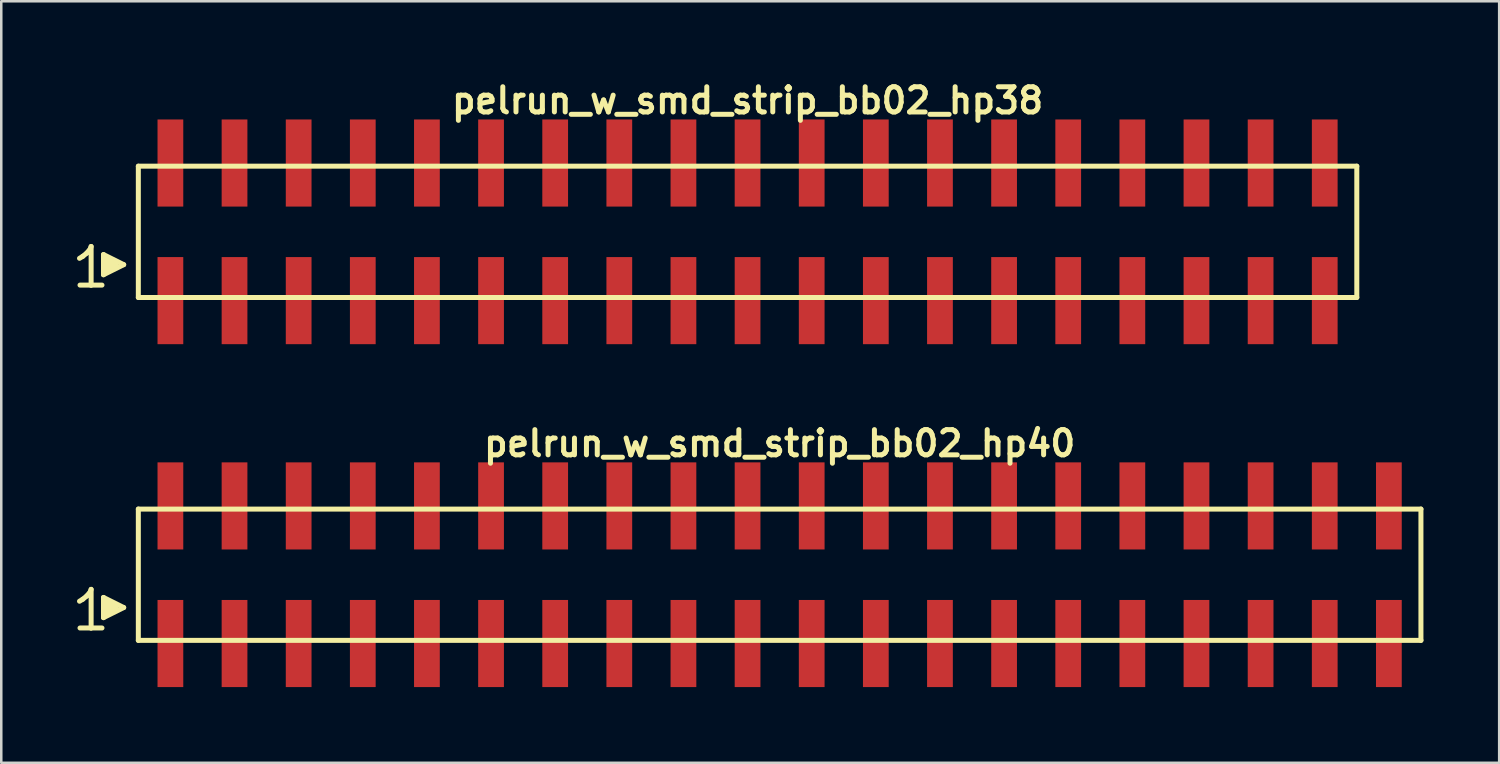
<source format=kicad_pcb>
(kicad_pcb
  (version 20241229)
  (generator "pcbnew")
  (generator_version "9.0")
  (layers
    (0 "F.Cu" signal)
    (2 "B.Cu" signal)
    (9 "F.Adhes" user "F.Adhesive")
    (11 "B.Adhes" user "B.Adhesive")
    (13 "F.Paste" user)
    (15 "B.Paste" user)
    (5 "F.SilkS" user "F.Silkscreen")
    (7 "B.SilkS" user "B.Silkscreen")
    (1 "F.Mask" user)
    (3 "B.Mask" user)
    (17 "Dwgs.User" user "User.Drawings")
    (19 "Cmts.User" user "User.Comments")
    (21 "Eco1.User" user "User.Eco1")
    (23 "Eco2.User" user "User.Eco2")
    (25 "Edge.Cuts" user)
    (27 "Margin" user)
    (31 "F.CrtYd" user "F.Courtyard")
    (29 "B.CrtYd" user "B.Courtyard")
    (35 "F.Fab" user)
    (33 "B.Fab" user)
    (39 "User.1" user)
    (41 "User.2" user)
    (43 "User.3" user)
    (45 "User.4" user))
  (footprint "pelrun_w_smd_strip_bb02_hp38"
    (layer "F.Cu")
    (at 26.559 6.132)
    (property "Reference" "pelrun_w_smd_strip_bb02_hp38" (at 0 -5.2 0) (layer "F.SilkS") (effects (font (size 0.998 0.998) (thickness 0.198))))
    (attr through_hole)
    (fp_line (start -26.46 1.05) (end -26.33 0.97) (stroke (width 0.198) (type solid)) (layer "F.SilkS"))
    (fp_line (start -26.33 0.97) (end -26.17 0.84) (stroke (width 0.198) (type solid)) (layer "F.SilkS"))
    (fp_line (start -26.17 0.84) (end -26.03 0.67) (stroke (width 0.198) (type solid)) (layer "F.SilkS"))
    (fp_line (start -26.03 0.67) (end -26 0.58) (stroke (width 0.198) (type solid)) (layer "F.SilkS"))
    (fp_line (start -26 0.58) (end -26 2.11) (stroke (width 0.198) (type solid)) (layer "F.SilkS"))
    (fp_line (start -26 2.11) (end -26.44 2.11) (stroke (width 0.198) (type solid)) (layer "F.SilkS"))
    (fp_line (start -25.57 2.11) (end -26.01 2.11) (stroke (width 0.198) (type solid)) (layer "F.SilkS"))
    (fp_line (start -25.51 0.9) (end -24.71 1.3) (stroke (width 0.198) (type solid)) (layer "F.SilkS"))
    (fp_line (start -25.51 1.7) (end -25.51 0.9) (stroke (width 0.198) (type solid)) (layer "F.SilkS"))
    (fp_line (start -25.41 1.6) (end -25.41 1) (stroke (width 0.198) (type solid)) (layer "F.SilkS"))
    (fp_line (start -25.31 1.1) (end -25.31 1.5) (stroke (width 0.198) (type solid)) (layer "F.SilkS"))
    (fp_line (start -25.21 1.5) (end -25.21 1.1) (stroke (width 0.198) (type solid)) (layer "F.SilkS"))
    (fp_line (start -25.11 1.2) (end -25.11 1.4) (stroke (width 0.198) (type solid)) (layer "F.SilkS"))
    (fp_line (start -25.01 1.4) (end -25.01 1.2) (stroke (width 0.198) (type solid)) (layer "F.SilkS"))
    (fp_line (start -24.71 1.3) (end -25.51 1.7) (stroke (width 0.198) (type solid)) (layer "F.SilkS"))
    (fp_line (start -24.13 -2.6) (end -24.13 2.6) (stroke (width 0.198) (type solid)) (layer "F.SilkS"))
    (fp_line (start -24.13 -2.6) (end 24.13 -2.6) (stroke (width 0.198) (type solid)) (layer "F.SilkS"))
    (fp_line (start 24.13 2.6) (end -24.13 2.6) (stroke (width 0.198) (type solid)) (layer "F.SilkS"))
    (fp_line (start 24.13 2.6) (end 24.13 -2.6) (stroke (width 0.198) (type solid)) (layer "F.SilkS"))
    (pad "1" smd rect (at -22.86 2.725) (size 1.02 3.45) (layers "F.Cu" "F.Mask" "F.Paste"))
    (pad "2" smd rect (at -22.86 -2.725) (size 1.02 3.45) (layers "F.Cu" "F.Mask" "F.Paste"))
    (pad "3" smd rect (at -20.32 2.725) (size 1.02 3.45) (layers "F.Cu" "F.Mask" "F.Paste"))
    (pad "4" smd rect (at -20.32 -2.725) (size 1.02 3.45) (layers "F.Cu" "F.Mask" "F.Paste"))
    (pad "5" smd rect (at -17.78 2.725) (size 1.02 3.45) (layers "F.Cu" "F.Mask" "F.Paste"))
    (pad "6" smd rect (at -17.78 -2.725) (size 1.02 3.45) (layers "F.Cu" "F.Mask" "F.Paste"))
    (pad "7" smd rect (at -15.24 2.725) (size 1.02 3.45) (layers "F.Cu" "F.Mask" "F.Paste"))
    (pad "8" smd rect (at -15.24 -2.725) (size 1.02 3.45) (layers "F.Cu" "F.Mask" "F.Paste"))
    (pad "9" smd rect (at -12.7 2.725) (size 1.02 3.45) (layers "F.Cu" "F.Mask" "F.Paste"))
    (pad "10" smd rect (at -12.7 -2.725) (size 1.02 3.45) (layers "F.Cu" "F.Mask" "F.Paste"))
    (pad "11" smd rect (at -10.16 2.725) (size 1.02 3.45) (layers "F.Cu" "F.Mask" "F.Paste"))
    (pad "12" smd rect (at -10.16 -2.725) (size 1.02 3.45) (layers "F.Cu" "F.Mask" "F.Paste"))
    (pad "13" smd rect (at -7.62 2.725) (size 1.02 3.45) (layers "F.Cu" "F.Mask" "F.Paste"))
    (pad "14" smd rect (at -7.62 -2.725) (size 1.02 3.45) (layers "F.Cu" "F.Mask" "F.Paste"))
    (pad "15" smd rect (at -5.08 2.725) (size 1.02 3.45) (layers "F.Cu" "F.Mask" "F.Paste"))
    (pad "16" smd rect (at -5.08 -2.725) (size 1.02 3.45) (layers "F.Cu" "F.Mask" "F.Paste"))
    (pad "17" smd rect (at -2.54 2.725) (size 1.02 3.45) (layers "F.Cu" "F.Mask" "F.Paste"))
    (pad "18" smd rect (at -2.54 -2.725) (size 1.02 3.45) (layers "F.Cu" "F.Mask" "F.Paste"))
    (pad "19" smd rect (at 0 2.725) (size 1.02 3.45) (layers "F.Cu" "F.Mask" "F.Paste"))
    (pad "20" smd rect (at 0 -2.725) (size 1.02 3.45) (layers "F.Cu" "F.Mask" "F.Paste"))
    (pad "21" smd rect (at 2.54 2.725) (size 1.02 3.45) (layers "F.Cu" "F.Mask" "F.Paste"))
    (pad "22" smd rect (at 2.54 -2.725) (size 1.02 3.45) (layers "F.Cu" "F.Mask" "F.Paste"))
    (pad "23" smd rect (at 5.08 2.725) (size 1.02 3.45) (layers "F.Cu" "F.Mask" "F.Paste"))
    (pad "24" smd rect (at 5.08 -2.725) (size 1.02 3.45) (layers "F.Cu" "F.Mask" "F.Paste"))
    (pad "25" smd rect (at 7.62 2.725) (size 1.02 3.45) (layers "F.Cu" "F.Mask" "F.Paste"))
    (pad "26" smd rect (at 7.62 -2.725) (size 1.02 3.45) (layers "F.Cu" "F.Mask" "F.Paste"))
    (pad "27" smd rect (at 10.16 2.725) (size 1.02 3.45) (layers "F.Cu" "F.Mask" "F.Paste"))
    (pad "28" smd rect (at 10.16 -2.725) (size 1.02 3.45) (layers "F.Cu" "F.Mask" "F.Paste"))
    (pad "29" smd rect (at 12.7 2.725) (size 1.02 3.45) (layers "F.Cu" "F.Mask" "F.Paste"))
    (pad "30" smd rect (at 12.7 -2.725) (size 1.02 3.45) (layers "F.Cu" "F.Mask" "F.Paste"))
    (pad "31" smd rect (at 15.24 2.725) (size 1.02 3.45) (layers "F.Cu" "F.Mask" "F.Paste"))
    (pad "32" smd rect (at 15.24 -2.725) (size 1.02 3.45) (layers "F.Cu" "F.Mask" "F.Paste"))
    (pad "33" smd rect (at 17.78 2.725) (size 1.02 3.45) (layers "F.Cu" "F.Mask" "F.Paste"))
    (pad "34" smd rect (at 17.78 -2.725) (size 1.02 3.45) (layers "F.Cu" "F.Mask" "F.Paste"))
    (pad "35" smd rect (at 20.32 2.725) (size 1.02 3.45) (layers "F.Cu" "F.Mask" "F.Paste"))
    (pad "36" smd rect (at 20.32 -2.725) (size 1.02 3.45) (layers "F.Cu" "F.Mask" "F.Paste"))
    (pad "37" smd rect (at 22.86 2.725) (size 1.02 3.45) (layers "F.Cu" "F.Mask" "F.Paste"))
    (pad "38" smd rect (at 22.86 -2.725) (size 1.02 3.45) (layers "F.Cu" "F.Mask" "F.Paste")))
  (footprint "pelrun_w_smd_strip_bb02_hp40"
    (layer "F.Cu")
    (at 27.829 19.713)
    (property "Reference" "pelrun_w_smd_strip_bb02_hp40" (at 0 -5.2 0) (layer "F.SilkS") (effects (font (size 0.998 0.998) (thickness 0.198))))
    (attr through_hole)
    (fp_line (start -27.73 1.05) (end -27.6 0.97) (stroke (width 0.198) (type solid)) (layer "F.SilkS"))
    (fp_line (start -27.6 0.97) (end -27.44 0.84) (stroke (width 0.198) (type solid)) (layer "F.SilkS"))
    (fp_line (start -27.44 0.84) (end -27.3 0.67) (stroke (width 0.198) (type solid)) (layer "F.SilkS"))
    (fp_line (start -27.3 0.67) (end -27.27 0.58) (stroke (width 0.198) (type solid)) (layer "F.SilkS"))
    (fp_line (start -27.27 0.58) (end -27.27 2.11) (stroke (width 0.198) (type solid)) (layer "F.SilkS"))
    (fp_line (start -27.27 2.11) (end -27.71 2.11) (stroke (width 0.198) (type solid)) (layer "F.SilkS"))
    (fp_line (start -26.84 2.11) (end -27.28 2.11) (stroke (width 0.198) (type solid)) (layer "F.SilkS"))
    (fp_line (start -26.78 0.9) (end -25.98 1.3) (stroke (width 0.198) (type solid)) (layer "F.SilkS"))
    (fp_line (start -26.78 1.7) (end -26.78 0.9) (stroke (width 0.198) (type solid)) (layer "F.SilkS"))
    (fp_line (start -26.68 1.6) (end -26.68 1) (stroke (width 0.198) (type solid)) (layer "F.SilkS"))
    (fp_line (start -26.58 1.1) (end -26.58 1.5) (stroke (width 0.198) (type solid)) (layer "F.SilkS"))
    (fp_line (start -26.48 1.5) (end -26.48 1.1) (stroke (width 0.198) (type solid)) (layer "F.SilkS"))
    (fp_line (start -26.38 1.2) (end -26.38 1.4) (stroke (width 0.198) (type solid)) (layer "F.SilkS"))
    (fp_line (start -26.28 1.4) (end -26.28 1.2) (stroke (width 0.198) (type solid)) (layer "F.SilkS"))
    (fp_line (start -25.98 1.3) (end -26.78 1.7) (stroke (width 0.198) (type solid)) (layer "F.SilkS"))
    (fp_line (start -25.4 -2.6) (end -25.4 2.6) (stroke (width 0.198) (type solid)) (layer "F.SilkS"))
    (fp_line (start -25.4 -2.6) (end 25.4 -2.6) (stroke (width 0.198) (type solid)) (layer "F.SilkS"))
    (fp_line (start 25.4 2.6) (end -25.4 2.6) (stroke (width 0.198) (type solid)) (layer "F.SilkS"))
    (fp_line (start 25.4 2.6) (end 25.4 -2.6) (stroke (width 0.198) (type solid)) (layer "F.SilkS"))
    (pad "1" smd rect (at -24.13 2.725) (size 1.02 3.45) (layers "F.Cu" "F.Mask" "F.Paste"))
    (pad "2" smd rect (at -24.13 -2.725) (size 1.02 3.45) (layers "F.Cu" "F.Mask" "F.Paste"))
    (pad "3" smd rect (at -21.59 2.725) (size 1.02 3.45) (layers "F.Cu" "F.Mask" "F.Paste"))
    (pad "4" smd rect (at -21.59 -2.725) (size 1.02 3.45) (layers "F.Cu" "F.Mask" "F.Paste"))
    (pad "5" smd rect (at -19.05 2.725) (size 1.02 3.45) (layers "F.Cu" "F.Mask" "F.Paste"))
    (pad "6" smd rect (at -19.05 -2.725) (size 1.02 3.45) (layers "F.Cu" "F.Mask" "F.Paste"))
    (pad "7" smd rect (at -16.51 2.725) (size 1.02 3.45) (layers "F.Cu" "F.Mask" "F.Paste"))
    (pad "8" smd rect (at -16.51 -2.725) (size 1.02 3.45) (layers "F.Cu" "F.Mask" "F.Paste"))
    (pad "9" smd rect (at -13.97 2.725) (size 1.02 3.45) (layers "F.Cu" "F.Mask" "F.Paste"))
    (pad "10" smd rect (at -13.97 -2.725) (size 1.02 3.45) (layers "F.Cu" "F.Mask" "F.Paste"))
    (pad "11" smd rect (at -11.43 2.725) (size 1.02 3.45) (layers "F.Cu" "F.Mask" "F.Paste"))
    (pad "12" smd rect (at -11.43 -2.725) (size 1.02 3.45) (layers "F.Cu" "F.Mask" "F.Paste"))
    (pad "13" smd rect (at -8.89 2.725) (size 1.02 3.45) (layers "F.Cu" "F.Mask" "F.Paste"))
    (pad "14" smd rect (at -8.89 -2.725) (size 1.02 3.45) (layers "F.Cu" "F.Mask" "F.Paste"))
    (pad "15" smd rect (at -6.35 2.725) (size 1.02 3.45) (layers "F.Cu" "F.Mask" "F.Paste"))
    (pad "16" smd rect (at -6.35 -2.725) (size 1.02 3.45) (layers "F.Cu" "F.Mask" "F.Paste"))
    (pad "17" smd rect (at -3.81 2.725) (size 1.02 3.45) (layers "F.Cu" "F.Mask" "F.Paste"))
    (pad "18" smd rect (at -3.81 -2.725) (size 1.02 3.45) (layers "F.Cu" "F.Mask" "F.Paste"))
    (pad "19" smd rect (at -1.27 2.725) (size 1.02 3.45) (layers "F.Cu" "F.Mask" "F.Paste"))
    (pad "20" smd rect (at -1.27 -2.725) (size 1.02 3.45) (layers "F.Cu" "F.Mask" "F.Paste"))
    (pad "21" smd rect (at 1.27 2.725) (size 1.02 3.45) (layers "F.Cu" "F.Mask" "F.Paste"))
    (pad "22" smd rect (at 1.27 -2.725) (size 1.02 3.45) (layers "F.Cu" "F.Mask" "F.Paste"))
    (pad "23" smd rect (at 3.81 2.725) (size 1.02 3.45) (layers "F.Cu" "F.Mask" "F.Paste"))
    (pad "24" smd rect (at 3.81 -2.725) (size 1.02 3.45) (layers "F.Cu" "F.Mask" "F.Paste"))
    (pad "25" smd rect (at 6.35 2.725) (size 1.02 3.45) (layers "F.Cu" "F.Mask" "F.Paste"))
    (pad "26" smd rect (at 6.35 -2.725) (size 1.02 3.45) (layers "F.Cu" "F.Mask" "F.Paste"))
    (pad "27" smd rect (at 8.89 2.725) (size 1.02 3.45) (layers "F.Cu" "F.Mask" "F.Paste"))
    (pad "28" smd rect (at 8.89 -2.725) (size 1.02 3.45) (layers "F.Cu" "F.Mask" "F.Paste"))
    (pad "29" smd rect (at 11.43 2.725) (size 1.02 3.45) (layers "F.Cu" "F.Mask" "F.Paste"))
    (pad "30" smd rect (at 11.43 -2.725) (size 1.02 3.45) (layers "F.Cu" "F.Mask" "F.Paste"))
    (pad "31" smd rect (at 13.97 2.725) (size 1.02 3.45) (layers "F.Cu" "F.Mask" "F.Paste"))
    (pad "32" smd rect (at 13.97 -2.725) (size 1.02 3.45) (layers "F.Cu" "F.Mask" "F.Paste"))
    (pad "33" smd rect (at 16.51 2.725) (size 1.02 3.45) (layers "F.Cu" "F.Mask" "F.Paste"))
    (pad "34" smd rect (at 16.51 -2.725) (size 1.02 3.45) (layers "F.Cu" "F.Mask" "F.Paste"))
    (pad "35" smd rect (at 19.05 2.725) (size 1.02 3.45) (layers "F.Cu" "F.Mask" "F.Paste"))
    (pad "36" smd rect (at 19.05 -2.725) (size 1.02 3.45) (layers "F.Cu" "F.Mask" "F.Paste"))
    (pad "37" smd rect (at 21.59 2.725) (size 1.02 3.45) (layers "F.Cu" "F.Mask" "F.Paste"))
    (pad "38" smd rect (at 21.59 -2.725) (size 1.02 3.45) (layers "F.Cu" "F.Mask" "F.Paste"))
    (pad "39" smd rect (at 24.13 2.725) (size 1.02 3.45) (layers "F.Cu" "F.Mask" "F.Paste"))
    (pad "40" smd rect (at 24.13 -2.725) (size 1.02 3.45) (layers "F.Cu" "F.Mask" "F.Paste")))
  (gr_rect
    (start -3 -3)
    (end 56.328 27.163)
    (stroke (width 0.1) (type default))
    (fill no)
    (layer "Edge.Cuts")))
</source>
